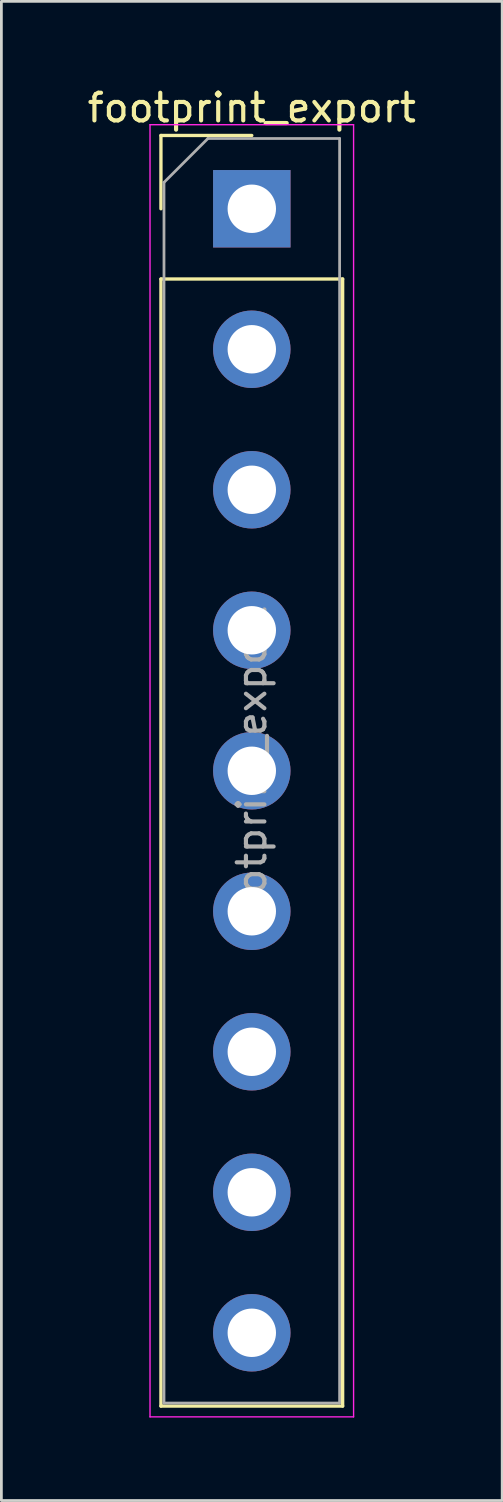
<source format=kicad_pcb>
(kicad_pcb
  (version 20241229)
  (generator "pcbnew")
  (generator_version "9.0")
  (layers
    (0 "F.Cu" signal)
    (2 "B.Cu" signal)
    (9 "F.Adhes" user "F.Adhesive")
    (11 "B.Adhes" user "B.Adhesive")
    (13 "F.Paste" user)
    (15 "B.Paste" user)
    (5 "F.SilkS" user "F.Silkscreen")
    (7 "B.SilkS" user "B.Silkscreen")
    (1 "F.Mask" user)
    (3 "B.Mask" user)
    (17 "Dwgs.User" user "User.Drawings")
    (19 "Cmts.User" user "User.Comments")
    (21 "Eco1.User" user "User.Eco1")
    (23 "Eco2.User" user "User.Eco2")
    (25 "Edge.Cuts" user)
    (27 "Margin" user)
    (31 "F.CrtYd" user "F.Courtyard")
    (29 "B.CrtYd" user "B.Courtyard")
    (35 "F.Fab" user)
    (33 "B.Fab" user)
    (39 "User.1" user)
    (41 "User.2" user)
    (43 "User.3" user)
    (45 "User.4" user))
  (footprint "footprint_export"
    (layer "F.Cu")
    (at 6.054 4.498)
    (property "Reference" "footprint_export" (at 0 -3.65 0) (layer "F.SilkS") (effects (font (size 1 1) (thickness 0.15))))
    (attr through_hole)
    (fp_line (start -3.285 -2.65) (end 0 -2.65) (stroke (width 0.12) (type solid)) (layer "F.SilkS"))
    (fp_line (start -3.285 0) (end -3.285 -2.65) (stroke (width 0.12) (type solid)) (layer "F.SilkS"))
    (fp_line (start -3.285 2.54) (end -3.285 43.29) (stroke (width 0.12) (type solid)) (layer "F.SilkS"))
    (fp_line (start -3.285 2.54) (end 3.285 2.54) (stroke (width 0.12) (type solid)) (layer "F.SilkS"))
    (fp_line (start -3.285 43.29) (end 3.285 43.29) (stroke (width 0.12) (type solid)) (layer "F.SilkS"))
    (fp_line (start 3.285 2.54) (end 3.285 43.29) (stroke (width 0.12) (type solid)) (layer "F.SilkS"))
    (fp_line (start -3.68 -3.04) (end -3.68 43.68) (stroke (width 0.05) (type solid)) (layer "F.CrtYd"))
    (fp_line (start -3.68 43.68) (end 3.68 43.68) (stroke (width 0.05) (type solid)) (layer "F.CrtYd"))
    (fp_line (start 3.68 -3.04) (end -3.68 -3.04) (stroke (width 0.05) (type solid)) (layer "F.CrtYd"))
    (fp_line (start 3.68 43.68) (end 3.68 -3.04) (stroke (width 0.05) (type solid)) (layer "F.CrtYd"))
    (fp_line (start -3.175 -0.953) (end -1.587 -2.54) (stroke (width 0.1) (type solid)) (layer "F.Fab"))
    (fp_line (start -3.175 43.18) (end -3.175 -0.953) (stroke (width 0.1) (type solid)) (layer "F.Fab"))
    (fp_line (start -1.587 -2.54) (end 3.175 -2.54) (stroke (width 0.1) (type solid)) (layer "F.Fab"))
    (fp_line (start 3.175 -2.54) (end 3.175 43.18) (stroke (width 0.1) (type solid)) (layer "F.Fab"))
    (fp_line (start 3.175 43.18) (end -3.175 43.18) (stroke (width 0.1) (type solid)) (layer "F.Fab"))
    (fp_text user "${REFERENCE}" (at 0 20.32 90) (layer "F.Fab") (effects (font (size 1 1) (thickness 0.15))))
    (pad "1" thru_hole rect (at 0 0) (size 2.8 2.8) (drill 1.75) (layers "*.Cu" "*.Mask"))
    (pad "2" thru_hole circle (at 0 5.08) (size 2.8 2.8) (drill 1.75) (layers "*.Cu" "*.Mask"))
    (pad "3" thru_hole circle (at 0 10.16) (size 2.8 2.8) (drill 1.75) (layers "*.Cu" "*.Mask"))
    (pad "4" thru_hole circle (at 0 15.24) (size 2.8 2.8) (drill 1.75) (layers "*.Cu" "*.Mask"))
    (pad "5" thru_hole circle (at 0 20.32) (size 2.8 2.8) (drill 1.75) (layers "*.Cu" "*.Mask"))
    (pad "6" thru_hole circle (at 0 25.4) (size 2.8 2.8) (drill 1.75) (layers "*.Cu" "*.Mask"))
    (pad "7" thru_hole circle (at 0 30.48) (size 2.8 2.8) (drill 1.75) (layers "*.Cu" "*.Mask"))
    (pad "8" thru_hole circle (at 0 35.56) (size 2.8 2.8) (drill 1.75) (layers "*.Cu" "*.Mask"))
    (pad "9" thru_hole circle (at 0 40.64) (size 2.8 2.8) (drill 1.75) (layers "*.Cu" "*.Mask")))
  (gr_rect
    (start -3 -3)
    (end 15.107 51.203)
    (stroke (width 0.1) (type default))
    (fill no)
    (layer "Edge.Cuts")))
</source>
